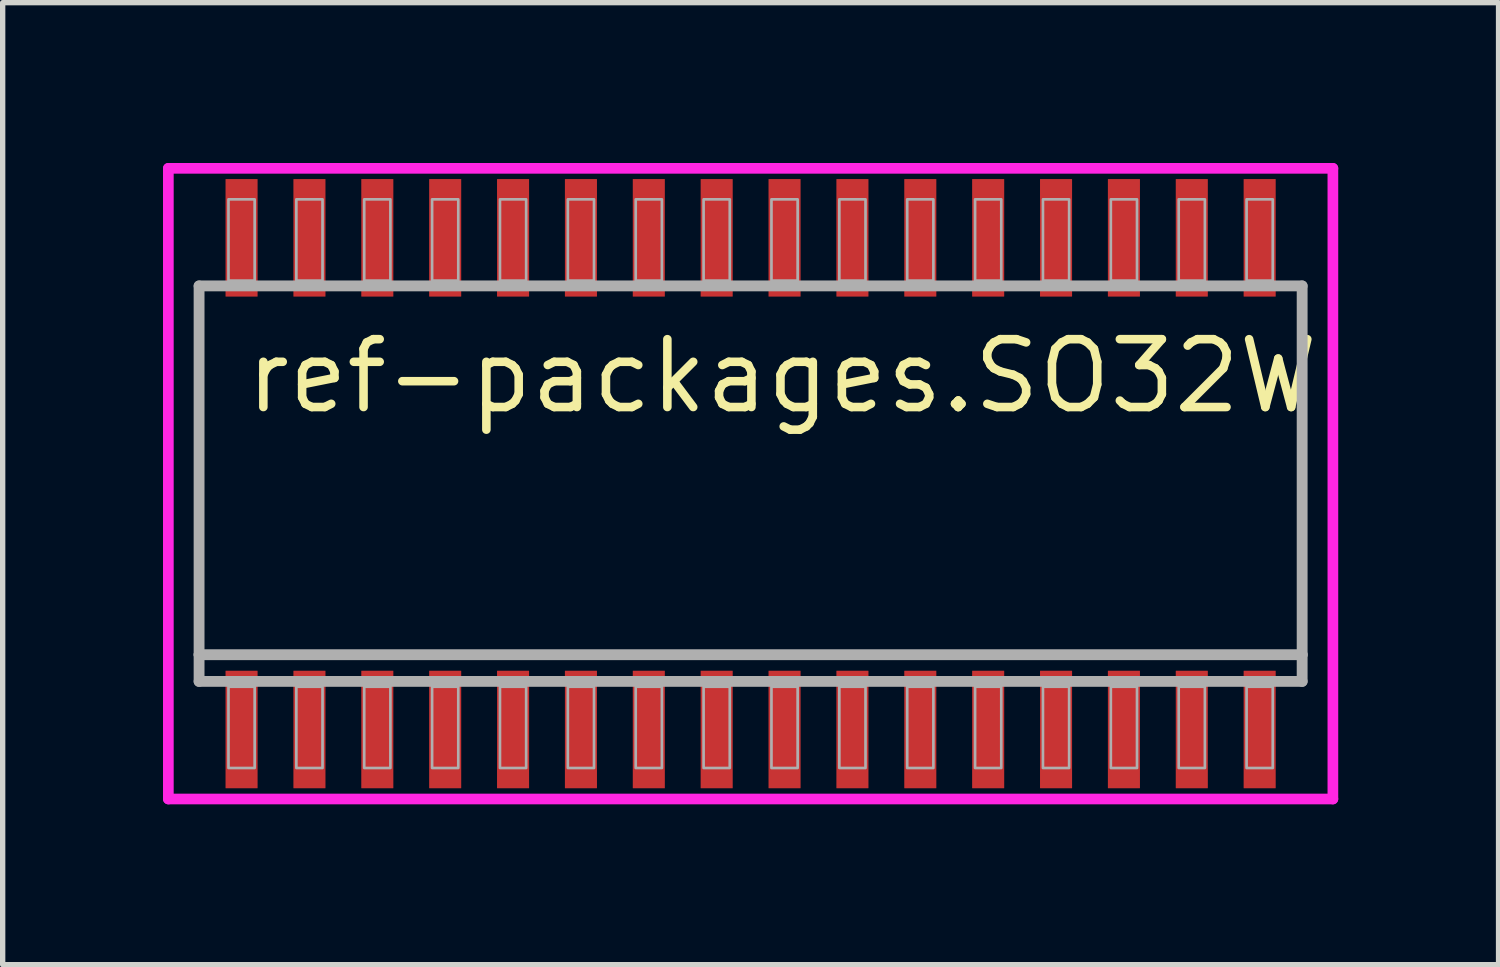
<source format=kicad_pcb>
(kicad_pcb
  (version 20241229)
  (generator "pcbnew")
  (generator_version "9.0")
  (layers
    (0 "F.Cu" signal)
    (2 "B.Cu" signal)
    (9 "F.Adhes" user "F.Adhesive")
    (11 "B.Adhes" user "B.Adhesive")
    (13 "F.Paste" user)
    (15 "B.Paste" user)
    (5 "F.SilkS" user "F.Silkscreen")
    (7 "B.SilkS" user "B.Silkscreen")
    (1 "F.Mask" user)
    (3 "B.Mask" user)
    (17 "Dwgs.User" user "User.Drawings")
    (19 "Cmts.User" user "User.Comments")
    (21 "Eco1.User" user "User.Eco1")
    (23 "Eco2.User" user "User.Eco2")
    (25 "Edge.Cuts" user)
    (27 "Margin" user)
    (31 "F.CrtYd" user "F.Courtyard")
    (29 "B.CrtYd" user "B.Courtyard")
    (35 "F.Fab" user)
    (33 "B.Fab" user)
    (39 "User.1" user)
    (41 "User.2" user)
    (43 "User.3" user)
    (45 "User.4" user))
  (footprint "ref-packages.SO32W"
    (layer "F.Cu")
    (at 10.995 6)
    (property "Reference" "ref-packages.SO32W" (at -9.525 -1.27 0) (layer "F.SilkS") (effects (font (size 1.27 1.27) (thickness 0.16)) (justify left bottom)))
    (attr smd)
    (fp_line (start -10.895 -5.9) (end 10.895 -5.9) (stroke (width 0.2) (type default)) (layer "F.CrtYd"))
    (fp_line (start -10.895 5.9) (end -10.895 -5.9) (stroke (width 0.2) (type default)) (layer "F.CrtYd"))
    (fp_line (start 10.895 -5.9) (end 10.895 5.9) (stroke (width 0.2) (type default)) (layer "F.CrtYd"))
    (fp_line (start 10.895 5.9) (end -10.895 5.9) (stroke (width 0.2) (type default)) (layer "F.CrtYd"))
    (fp_line (start -10.32 -3.7) (end 10.32 -3.7) (stroke (width 0.203) (type default)) (layer "F.Fab"))
    (fp_line (start -10.32 3.2) (end -10.32 -3.7) (stroke (width 0.203) (type default)) (layer "F.Fab"))
    (fp_line (start -10.32 3.7) (end -10.32 3.2) (stroke (width 0.203) (type default)) (layer "F.Fab"))
    (fp_line (start 10.32 -3.7) (end 10.32 3.2) (stroke (width 0.203) (type default)) (layer "F.Fab"))
    (fp_line (start 10.32 3.2) (end -10.32 3.2) (stroke (width 0.203) (type default)) (layer "F.Fab"))
    (fp_line (start 10.32 3.2) (end 10.32 3.7) (stroke (width 0.203) (type default)) (layer "F.Fab"))
    (fp_line (start 10.32 3.7) (end -10.32 3.7) (stroke (width 0.203) (type default)) (layer "F.Fab"))
    (fp_rect (start -9.77 -3.8) (end -9.28 -5.32) (stroke (width 0.05) (type default)) (fill no) (layer "F.Fab"))
    (fp_rect (start -9.77 5.32) (end -9.28 3.8) (stroke (width 0.05) (type default)) (fill no) (layer "F.Fab"))
    (fp_rect (start -8.5 -3.8) (end -8.01 -5.32) (stroke (width 0.05) (type default)) (fill no) (layer "F.Fab"))
    (fp_rect (start -8.5 5.32) (end -8.01 3.8) (stroke (width 0.05) (type default)) (fill no) (layer "F.Fab"))
    (fp_rect (start -7.23 -3.8) (end -6.74 -5.32) (stroke (width 0.05) (type default)) (fill no) (layer "F.Fab"))
    (fp_rect (start -7.23 5.32) (end -6.74 3.8) (stroke (width 0.05) (type default)) (fill no) (layer "F.Fab"))
    (fp_rect (start -5.96 -3.8) (end -5.47 -5.32) (stroke (width 0.05) (type default)) (fill no) (layer "F.Fab"))
    (fp_rect (start -5.96 5.32) (end -5.47 3.8) (stroke (width 0.05) (type default)) (fill no) (layer "F.Fab"))
    (fp_rect (start -4.69 -3.8) (end -4.2 -5.32) (stroke (width 0.05) (type default)) (fill no) (layer "F.Fab"))
    (fp_rect (start -4.69 5.32) (end -4.2 3.8) (stroke (width 0.05) (type default)) (fill no) (layer "F.Fab"))
    (fp_rect (start -3.42 -3.8) (end -2.93 -5.32) (stroke (width 0.05) (type default)) (fill no) (layer "F.Fab"))
    (fp_rect (start -3.42 5.32) (end -2.93 3.8) (stroke (width 0.05) (type default)) (fill no) (layer "F.Fab"))
    (fp_rect (start -2.15 -3.8) (end -1.66 -5.32) (stroke (width 0.05) (type default)) (fill no) (layer "F.Fab"))
    (fp_rect (start -2.15 5.32) (end -1.66 3.8) (stroke (width 0.05) (type default)) (fill no) (layer "F.Fab"))
    (fp_rect (start -0.88 -3.8) (end -0.39 -5.32) (stroke (width 0.05) (type default)) (fill no) (layer "F.Fab"))
    (fp_rect (start -0.88 5.32) (end -0.39 3.8) (stroke (width 0.05) (type default)) (fill no) (layer "F.Fab"))
    (fp_rect (start 0.39 -3.8) (end 0.88 -5.32) (stroke (width 0.05) (type default)) (fill no) (layer "F.Fab"))
    (fp_rect (start 0.39 5.32) (end 0.88 3.8) (stroke (width 0.05) (type default)) (fill no) (layer "F.Fab"))
    (fp_rect (start 1.66 -3.8) (end 2.15 -5.32) (stroke (width 0.05) (type default)) (fill no) (layer "F.Fab"))
    (fp_rect (start 1.66 5.32) (end 2.15 3.8) (stroke (width 0.05) (type default)) (fill no) (layer "F.Fab"))
    (fp_rect (start 2.93 -3.8) (end 3.42 -5.32) (stroke (width 0.05) (type default)) (fill no) (layer "F.Fab"))
    (fp_rect (start 2.93 5.32) (end 3.42 3.8) (stroke (width 0.05) (type default)) (fill no) (layer "F.Fab"))
    (fp_rect (start 4.2 -3.8) (end 4.69 -5.32) (stroke (width 0.05) (type default)) (fill no) (layer "F.Fab"))
    (fp_rect (start 4.2 5.32) (end 4.69 3.8) (stroke (width 0.05) (type default)) (fill no) (layer "F.Fab"))
    (fp_rect (start 5.47 -3.8) (end 5.96 -5.32) (stroke (width 0.05) (type default)) (fill no) (layer "F.Fab"))
    (fp_rect (start 5.47 5.32) (end 5.96 3.8) (stroke (width 0.05) (type default)) (fill no) (layer "F.Fab"))
    (fp_rect (start 6.74 -3.8) (end 7.23 -5.32) (stroke (width 0.05) (type default)) (fill no) (layer "F.Fab"))
    (fp_rect (start 6.74 5.32) (end 7.23 3.8) (stroke (width 0.05) (type default)) (fill no) (layer "F.Fab"))
    (fp_rect (start 8.01 -3.8) (end 8.5 -5.32) (stroke (width 0.05) (type default)) (fill no) (layer "F.Fab"))
    (fp_rect (start 8.01 5.32) (end 8.5 3.8) (stroke (width 0.05) (type default)) (fill no) (layer "F.Fab"))
    (fp_rect (start 9.28 -3.8) (end 9.77 -5.32) (stroke (width 0.05) (type default)) (fill no) (layer "F.Fab"))
    (fp_rect (start 9.28 5.32) (end 9.77 3.8) (stroke (width 0.05) (type default)) (fill no) (layer "F.Fab"))
    (pad "1" smd roundrect (at -9.525 4.6) (size 0.6 2.2) (layers "F.Cu" "F.Mask" "F.Paste") (roundrect_rratio 0.01))
    (pad "2" smd roundrect (at -8.255 4.6) (size 0.6 2.2) (layers "F.Cu" "F.Mask" "F.Paste") (roundrect_rratio 0.01))
    (pad "3" smd roundrect (at -6.985 4.6) (size 0.6 2.2) (layers "F.Cu" "F.Mask" "F.Paste") (roundrect_rratio 0.01))
    (pad "4" smd roundrect (at -5.715 4.6) (size 0.6 2.2) (layers "F.Cu" "F.Mask" "F.Paste") (roundrect_rratio 0.01))
    (pad "5" smd roundrect (at -4.445 4.6) (size 0.6 2.2) (layers "F.Cu" "F.Mask" "F.Paste") (roundrect_rratio 0.01))
    (pad "6" smd roundrect (at -3.175 4.6) (size 0.6 2.2) (layers "F.Cu" "F.Mask" "F.Paste") (roundrect_rratio 0.01))
    (pad "7" smd roundrect (at -1.905 4.6) (size 0.6 2.2) (layers "F.Cu" "F.Mask" "F.Paste") (roundrect_rratio 0.01))
    (pad "8" smd roundrect (at -0.635 4.6) (size 0.6 2.2) (layers "F.Cu" "F.Mask" "F.Paste") (roundrect_rratio 0.01))
    (pad "9" smd roundrect (at 0.635 4.6) (size 0.6 2.2) (layers "F.Cu" "F.Mask" "F.Paste") (roundrect_rratio 0.01))
    (pad "10" smd roundrect (at 1.905 4.6) (size 0.6 2.2) (layers "F.Cu" "F.Mask" "F.Paste") (roundrect_rratio 0.01))
    (pad "11" smd roundrect (at 3.175 4.6) (size 0.6 2.2) (layers "F.Cu" "F.Mask" "F.Paste") (roundrect_rratio 0.01))
    (pad "12" smd roundrect (at 4.445 4.6) (size 0.6 2.2) (layers "F.Cu" "F.Mask" "F.Paste") (roundrect_rratio 0.01))
    (pad "13" smd roundrect (at 5.715 4.6) (size 0.6 2.2) (layers "F.Cu" "F.Mask" "F.Paste") (roundrect_rratio 0.01))
    (pad "14" smd roundrect (at 6.985 4.6) (size 0.6 2.2) (layers "F.Cu" "F.Mask" "F.Paste") (roundrect_rratio 0.01))
    (pad "15" smd roundrect (at 8.255 4.6) (size 0.6 2.2) (layers "F.Cu" "F.Mask" "F.Paste") (roundrect_rratio 0.01))
    (pad "16" smd roundrect (at 9.525 4.6) (size 0.6 2.2) (layers "F.Cu" "F.Mask" "F.Paste") (roundrect_rratio 0.01))
    (pad "17" smd roundrect (at 9.525 -4.6) (size 0.6 2.2) (layers "F.Cu" "F.Mask" "F.Paste") (roundrect_rratio 0.01))
    (pad "18" smd roundrect (at 8.255 -4.6) (size 0.6 2.2) (layers "F.Cu" "F.Mask" "F.Paste") (roundrect_rratio 0.01))
    (pad "19" smd roundrect (at 6.985 -4.6) (size 0.6 2.2) (layers "F.Cu" "F.Mask" "F.Paste") (roundrect_rratio 0.01))
    (pad "20" smd roundrect (at 5.715 -4.6) (size 0.6 2.2) (layers "F.Cu" "F.Mask" "F.Paste") (roundrect_rratio 0.01))
    (pad "21" smd roundrect (at 4.445 -4.6) (size 0.6 2.2) (layers "F.Cu" "F.Mask" "F.Paste") (roundrect_rratio 0.01))
    (pad "22" smd roundrect (at 3.175 -4.6) (size 0.6 2.2) (layers "F.Cu" "F.Mask" "F.Paste") (roundrect_rratio 0.01))
    (pad "23" smd roundrect (at 1.905 -4.6) (size 0.6 2.2) (layers "F.Cu" "F.Mask" "F.Paste") (roundrect_rratio 0.01))
    (pad "24" smd roundrect (at 0.635 -4.6) (size 0.6 2.2) (layers "F.Cu" "F.Mask" "F.Paste") (roundrect_rratio 0.01))
    (pad "25" smd roundrect (at -0.635 -4.6) (size 0.6 2.2) (layers "F.Cu" "F.Mask" "F.Paste") (roundrect_rratio 0.01))
    (pad "26" smd roundrect (at -1.905 -4.6) (size 0.6 2.2) (layers "F.Cu" "F.Mask" "F.Paste") (roundrect_rratio 0.01))
    (pad "27" smd roundrect (at -3.175 -4.6) (size 0.6 2.2) (layers "F.Cu" "F.Mask" "F.Paste") (roundrect_rratio 0.01))
    (pad "28" smd roundrect (at -4.445 -4.6) (size 0.6 2.2) (layers "F.Cu" "F.Mask" "F.Paste") (roundrect_rratio 0.01))
    (pad "29" smd roundrect (at -5.715 -4.6) (size 0.6 2.2) (layers "F.Cu" "F.Mask" "F.Paste") (roundrect_rratio 0.01))
    (pad "30" smd roundrect (at -6.985 -4.6) (size 0.6 2.2) (layers "F.Cu" "F.Mask" "F.Paste") (roundrect_rratio 0.01))
    (pad "31" smd roundrect (at -8.255 -4.6) (size 0.6 2.2) (layers "F.Cu" "F.Mask" "F.Paste") (roundrect_rratio 0.01))
    (pad "32" smd roundrect (at -9.525 -4.6) (size 0.6 2.2) (layers "F.Cu" "F.Mask" "F.Paste") (roundrect_rratio 0.01)))
  (gr_rect
    (start -3 -3)
    (end 24.99 15)
    (stroke (width 0.1) (type default))
    (fill no)
    (layer "Edge.Cuts")))
</source>
